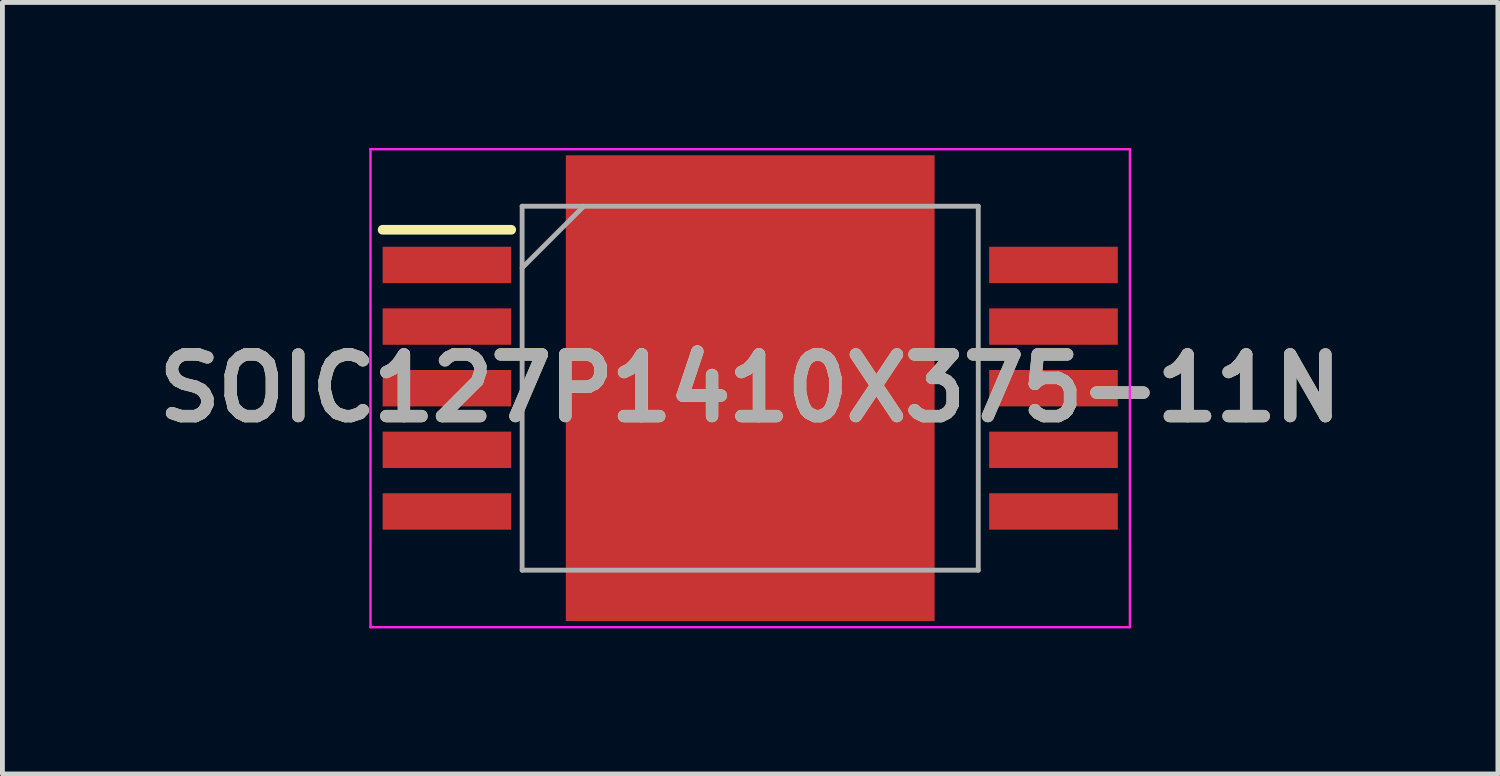
<source format=kicad_pcb>
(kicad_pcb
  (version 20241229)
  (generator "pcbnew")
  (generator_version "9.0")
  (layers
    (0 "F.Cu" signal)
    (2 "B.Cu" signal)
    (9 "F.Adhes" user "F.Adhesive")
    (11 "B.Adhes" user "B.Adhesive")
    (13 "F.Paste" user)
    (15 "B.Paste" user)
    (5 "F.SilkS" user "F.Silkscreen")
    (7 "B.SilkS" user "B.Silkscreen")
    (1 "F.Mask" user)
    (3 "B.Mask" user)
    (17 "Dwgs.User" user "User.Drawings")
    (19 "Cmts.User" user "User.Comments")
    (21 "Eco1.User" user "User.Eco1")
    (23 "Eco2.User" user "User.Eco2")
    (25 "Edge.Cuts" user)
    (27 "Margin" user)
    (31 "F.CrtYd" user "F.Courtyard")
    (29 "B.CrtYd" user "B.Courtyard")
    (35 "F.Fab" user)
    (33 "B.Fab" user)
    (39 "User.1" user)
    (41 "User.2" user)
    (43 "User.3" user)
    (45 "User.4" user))
  (footprint "SOIC127P1410X375-11N"
    (layer "F.Cu")
    (at 12.41 4.95)
    (property "Reference" "SOIC127P1410X375-11N" (at 0 0 0) (layer "F.SilkS") (effects (font (size 1.27 1.27) (thickness 0.254))))
    (attr smd)
    (fp_line (start -7.575 -3.265) (end -4.925 -3.265) (stroke (width 0.2) (type solid)) (layer "F.SilkS"))
    (fp_line (start -7.825 -4.925) (end 7.825 -4.925) (stroke (width 0.05) (type solid)) (layer "F.CrtYd"))
    (fp_line (start -7.825 4.925) (end -7.825 -4.925) (stroke (width 0.05) (type solid)) (layer "F.CrtYd"))
    (fp_line (start 7.825 -4.925) (end 7.825 4.925) (stroke (width 0.05) (type solid)) (layer "F.CrtYd"))
    (fp_line (start 7.825 4.925) (end -7.825 4.925) (stroke (width 0.05) (type solid)) (layer "F.CrtYd"))
    (fp_line (start -4.7 -3.75) (end 4.7 -3.75) (stroke (width 0.1) (type solid)) (layer "F.Fab"))
    (fp_line (start -4.7 -2.48) (end -3.43 -3.75) (stroke (width 0.1) (type solid)) (layer "F.Fab"))
    (fp_line (start -4.7 3.75) (end -4.7 -3.75) (stroke (width 0.1) (type solid)) (layer "F.Fab"))
    (fp_line (start 4.7 -3.75) (end 4.7 3.75) (stroke (width 0.1) (type solid)) (layer "F.Fab"))
    (fp_line (start 4.7 3.75) (end -4.7 3.75) (stroke (width 0.1) (type solid)) (layer "F.Fab"))
    (fp_text user "${REFERENCE}" (at 0 0 0) (layer "F.Fab") (effects (font (size 1.27 1.27) (thickness 0.254))))
    (pad "1" smd rect (at -6.25 -2.54 90) (size 0.75 2.65) (layers "F.Cu" "F.Mask" "F.Paste"))
    (pad "2" smd rect (at -6.25 -1.27 90) (size 0.75 2.65) (layers "F.Cu" "F.Mask" "F.Paste"))
    (pad "3" smd rect (at -6.25 0 90) (size 0.75 2.65) (layers "F.Cu" "F.Mask" "F.Paste"))
    (pad "4" smd rect (at -6.25 1.27 90) (size 0.75 2.65) (layers "F.Cu" "F.Mask" "F.Paste"))
    (pad "5" smd rect (at -6.25 2.54 90) (size 0.75 2.65) (layers "F.Cu" "F.Mask" "F.Paste"))
    (pad "6" smd rect (at 6.25 2.54 90) (size 0.75 2.65) (layers "F.Cu" "F.Mask" "F.Paste"))
    (pad "7" smd rect (at 6.25 1.27 90) (size 0.75 2.65) (layers "F.Cu" "F.Mask" "F.Paste"))
    (pad "8" smd rect (at 6.25 0 90) (size 0.75 2.65) (layers "F.Cu" "F.Mask" "F.Paste"))
    (pad "9" smd rect (at 6.25 -1.27 90) (size 0.75 2.65) (layers "F.Cu" "F.Mask" "F.Paste"))
    (pad "10" smd rect (at 6.25 -2.54 90) (size 0.75 2.65) (layers "F.Cu" "F.Mask" "F.Paste"))
    (pad "11" smd rect (at 0 0) (size 7.6 9.6) (layers "F.Cu" "F.Mask" "F.Paste")))
  (gr_rect
    (start -3 -3)
    (end 27.819 12.9)
    (stroke (width 0.1) (type default))
    (fill no)
    (layer "Edge.Cuts")))
</source>
